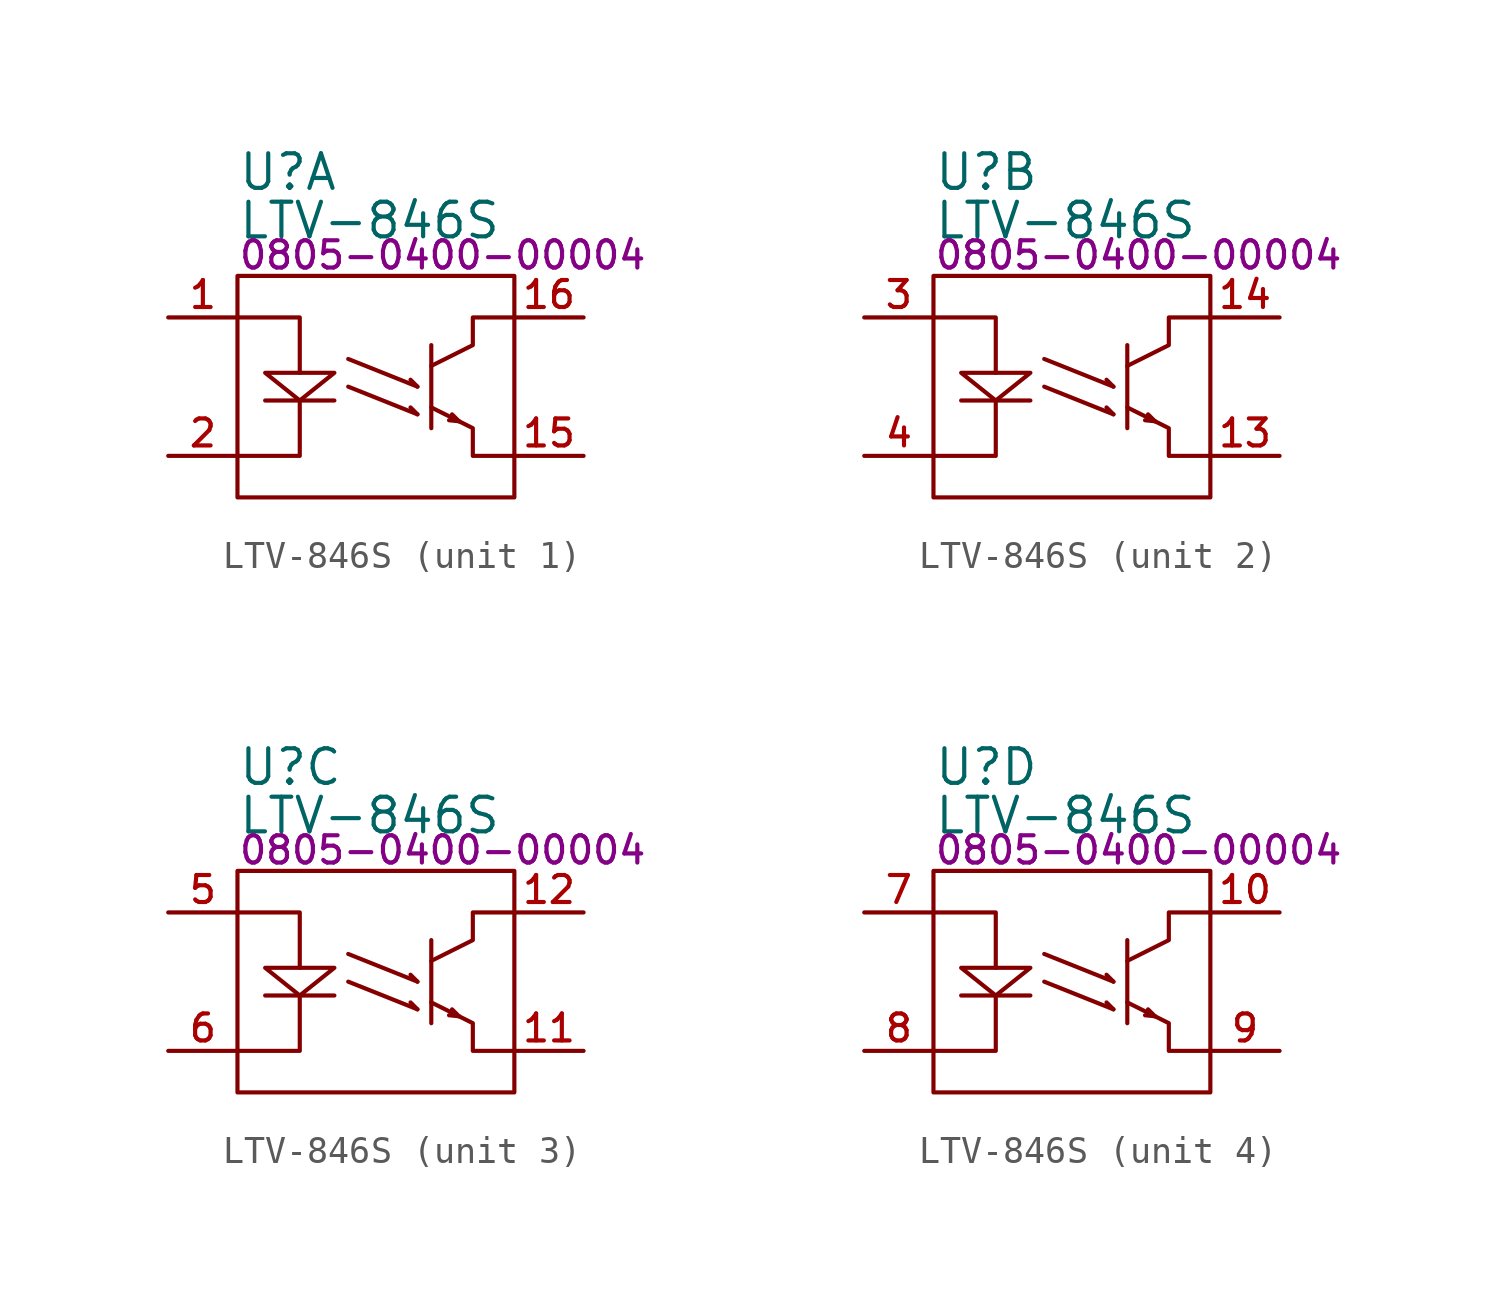
<source format=kicad_sym>
(kicad_symbol_lib
  (version 20231120)
  (generator "kicad_symbol_editor")
  (generator_version "8.0")
  (symbol "LTV-846S"
    (pin_names hide)
    (property "Reference" "U"
      (at 0 2.794 0)
      (effects (font (size 1.27 1.27)) (justify left)))
    (property "Value" "LTV-846S"
      (at 0 1.016 0)
      (effects (font (size 1.27 1.27)) (justify left)))
    (property "PartNumber" "0805-0400-00004"
      (at 0 -0.254 0)
      (effects (font (size 1 1)) (justify left)))
    (property "ki_locked" ""
      (at 0 0 0)
      (effects (font (size 1.27 1.27))))
    (symbol "LTV-846S_0_1"
      (rectangle (start 0 -1.016) (end 10.16 -9.144) (stroke (width 0) (type default)) (fill (type none)))
      (polyline (pts (xy 1.016 -5.588) (xy 3.556 -5.588)) (stroke (width 0) (type default)) (fill (type none)))
      (polyline (pts (xy 4.064 -5.08) (xy 6.604 -6.096)) (stroke (width 0) (type default)) (fill (type none)))
      (polyline (pts (xy 4.064 -4.064) (xy 6.604 -5.08)) (stroke (width 0) (type default)) (fill (type none)))
      (polyline (pts (xy 6.604 -6.096) (xy 6.35 -5.842)) (stroke (width 0) (type default)) (fill (type none)))
      (polyline (pts (xy 6.604 -5.08) (xy 6.35 -4.826)) (stroke (width 0) (type default)) (fill (type none)))
      (polyline (pts (xy 7.112 -3.556) (xy 7.112 -6.604)) (stroke (width 0) (type default)) (fill (type none)))
      (polyline (pts (xy 8.128 -6.35) (xy 7.764 -6.313)) (stroke (width 0) (type default)) (fill (type none)))
      (polyline (pts (xy 8.128 -6.35) (xy 7.874 -6.096)) (stroke (width 0) (type default)) (fill (type none)))
      (polyline (pts (xy 0 -2.54) (xy 2.286 -2.54) (xy 2.286 -4.572)) (stroke (width 0) (type default)) (fill (type none)))
      (polyline (pts (xy 2.286 -5.588) (xy 2.286 -7.62) (xy 0 -7.62)) (stroke (width 0) (type default)) (fill (type none)))
      (polyline (pts (xy 2.286 -5.588) (xy 1.016 -4.572) (xy 3.556 -4.572) (xy 2.286 -5.588)) (stroke (width 0) (type default)) (fill (type none)))
      (polyline (pts (xy 7.112 -5.842) (xy 8.636 -6.604) (xy 8.636 -7.62) (xy 10.16 -7.62)) (stroke (width 0) (type default)) (fill (type none)))
      (polyline (pts (xy 7.112 -4.318) (xy 8.636 -3.556) (xy 8.636 -2.54) (xy 10.16 -2.54)) (stroke (width 0) (type default)) (fill (type none))))
    (symbol "LTV-846S_1_0"
      (pin passive line (at -2.54 -2.54 0) (length 2.54) (name "AN1" (effects (font (size 1.27 1.27)))) (number "1" (effects (font (size 0.991 0.991)))))
      (pin passive line (at 12.7 -7.62 180) (length 2.54) (name "EM1" (effects (font (size 1.27 1.27)))) (number "15" (effects (font (size 0.991 0.991)))))
      (pin passive line (at 12.7 -2.54 180) (length 2.54) (name "COL1" (effects (font (size 1.27 1.27)))) (number "16" (effects (font (size 0.991 0.991)))))
      (pin passive line (at -2.54 -7.62 0) (length 2.54) (name "CA2" (effects (font (size 1.27 1.27)))) (number "2" (effects (font (size 0.991 0.991))))))
    (symbol "LTV-846S_2_0"
      (pin passive line (at 12.7 -7.62 180) (length 2.54) (name "EM2" (effects (font (size 1.27 1.27)))) (number "13" (effects (font (size 0.991 0.991)))))
      (pin passive line (at 12.7 -2.54 180) (length 2.54) (name "COL2" (effects (font (size 1.27 1.27)))) (number "14" (effects (font (size 0.991 0.991)))))
      (pin passive line (at -2.54 -2.54 0) (length 2.54) (name "AN2" (effects (font (size 1.27 1.27)))) (number "3" (effects (font (size 0.991 0.991)))))
      (pin passive line (at -2.54 -7.62 0) (length 2.54) (name "CA2" (effects (font (size 1.27 1.27)))) (number "4" (effects (font (size 0.991 0.991))))))
    (symbol "LTV-846S_3_0"
      (pin passive line (at 12.7 -7.62 180) (length 2.54) (name "EM3" (effects (font (size 1.27 1.27)))) (number "11" (effects (font (size 0.991 0.991)))))
      (pin passive line (at 12.7 -2.54 180) (length 2.54) (name "COL3" (effects (font (size 1.27 1.27)))) (number "12" (effects (font (size 0.991 0.991)))))
      (pin passive line (at -2.54 -2.54 0) (length 2.54) (name "AN3" (effects (font (size 1.27 1.27)))) (number "5" (effects (font (size 0.991 0.991)))))
      (pin passive line (at -2.54 -7.62 0) (length 2.54) (name "CA3" (effects (font (size 1.27 1.27)))) (number "6" (effects (font (size 0.991 0.991))))))
    (symbol "LTV-846S_4_0"
      (pin passive line (at 12.7 -2.54 180) (length 2.54) (name "COL4" (effects (font (size 1.27 1.27)))) (number "10" (effects (font (size 0.991 0.991)))))
      (pin passive line (at -2.54 -2.54 0) (length 2.54) (name "AN4" (effects (font (size 1.27 1.27)))) (number "7" (effects (font (size 0.991 0.991)))))
      (pin passive line (at -2.54 -7.62 0) (length 2.54) (name "CA4" (effects (font (size 1.27 1.27)))) (number "8" (effects (font (size 0.991 0.991)))))
      (pin passive line (at 12.7 -7.62 180) (length 2.54) (name "EM4" (effects (font (size 1.27 1.27)))) (number "9" (effects (font (size 0.991 0.991))))))))
</source>
